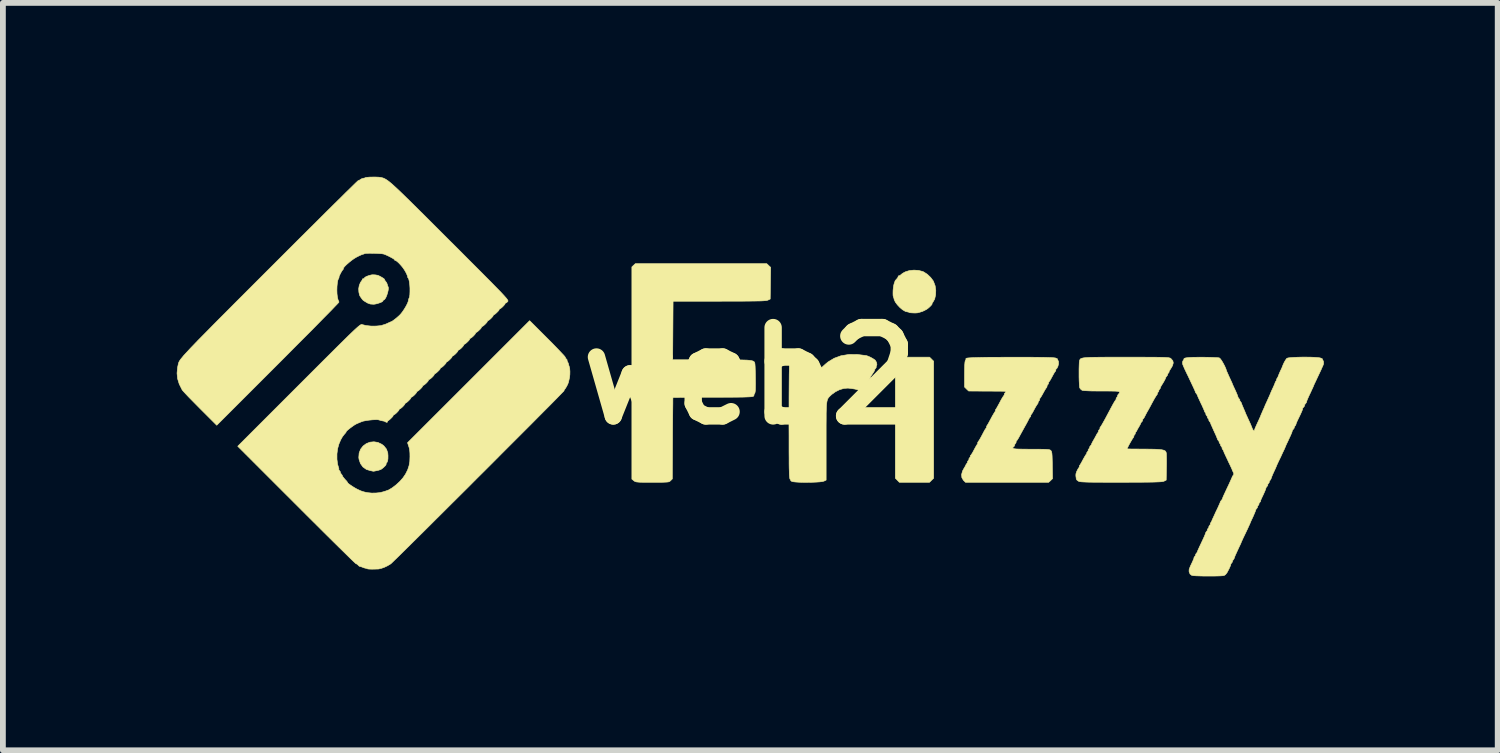
<source format=kicad_pcb>
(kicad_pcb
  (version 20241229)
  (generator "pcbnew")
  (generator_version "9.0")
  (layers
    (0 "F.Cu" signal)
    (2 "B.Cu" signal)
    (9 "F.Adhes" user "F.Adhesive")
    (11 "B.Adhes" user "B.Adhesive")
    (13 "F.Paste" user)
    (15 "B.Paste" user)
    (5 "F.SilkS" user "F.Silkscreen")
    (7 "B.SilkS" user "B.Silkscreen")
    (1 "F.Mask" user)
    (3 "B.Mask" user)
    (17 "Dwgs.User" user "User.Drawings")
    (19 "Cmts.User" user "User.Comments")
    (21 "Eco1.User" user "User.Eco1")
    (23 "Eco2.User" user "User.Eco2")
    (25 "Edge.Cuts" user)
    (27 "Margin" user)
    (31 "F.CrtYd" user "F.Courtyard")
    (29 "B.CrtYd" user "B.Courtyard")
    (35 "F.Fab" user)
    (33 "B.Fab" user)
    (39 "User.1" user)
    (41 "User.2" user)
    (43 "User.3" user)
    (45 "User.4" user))
  (footprint "web2"
    (layer "F.Cu")
    (at 9.891 3.437)
    (property "Reference" "web2" (at 0 0 0) (layer "F.SilkS") (effects (font (size 1.524 1.524) (thickness 0.3))))
    (attr through_hole)
    (fp_poly (pts (xy 3.134 -0.289) (xy 3.169 -0.254) (xy 3.169 1.765) (xy 3.133 1.8) (xy 3.098 1.835) (xy 2.838 1.835) (xy 2.577 1.835) (xy 2.543 1.8) (xy 2.508 1.764) (xy 2.508 -0.254) (xy 2.543 -0.289) (xy 2.578 -0.324) (xy 3.099 -0.324) (xy 3.134 -0.289)) (stroke (width 0.01) (type solid)) (fill yes) (layer "F.SilkS"))
    (fp_poly (pts (xy -6.42 1.147) (xy -6.353 1.179) (xy -6.317 1.207) (xy -6.273 1.262) (xy -6.25 1.326) (xy -6.246 1.377) (xy -6.247 1.43) (xy -6.252 1.465) (xy -6.262 1.489) (xy -6.273 1.504) (xy -6.282 1.52) (xy -6.279 1.524) (xy -6.279 1.531) (xy -6.293 1.549) (xy -6.315 1.571) (xy -6.34 1.593) (xy -6.362 1.609) (xy -6.369 1.613) (xy -6.391 1.621) (xy -6.408 1.627) (xy -6.431 1.632) (xy -6.454 1.637) (xy -6.485 1.643) (xy -6.504 1.645) (xy -6.505 1.644) (xy -6.519 1.64) (xy -6.547 1.635) (xy -6.619 1.613) (xy -6.678 1.571) (xy -6.721 1.512) (xy -6.746 1.438) (xy -6.75 1.406) (xy -6.744 1.329) (xy -6.718 1.263) (xy -6.676 1.209) (xy -6.621 1.168) (xy -6.558 1.143) (xy -6.489 1.136) (xy -6.42 1.147)) (stroke (width 0.01) (type solid)) (fill yes) (layer "F.SilkS"))
    (fp_poly (pts (xy -6.466 -1.744) (xy -6.425 -1.737) (xy -6.42 -1.736) (xy -6.394 -1.724) (xy -6.364 -1.708) (xy -6.334 -1.69) (xy -6.312 -1.674) (xy -6.304 -1.665) (xy -6.306 -1.664) (xy -6.306 -1.656) (xy -6.291 -1.637) (xy -6.289 -1.635) (xy -6.268 -1.605) (xy -6.258 -1.578) (xy -6.251 -1.553) (xy -6.246 -1.543) (xy -6.239 -1.521) (xy -6.242 -1.483) (xy -6.252 -1.438) (xy -6.267 -1.391) (xy -6.285 -1.349) (xy -6.305 -1.32) (xy -6.323 -1.308) (xy -6.335 -1.304) (xy -6.333 -1.299) (xy -6.336 -1.289) (xy -6.357 -1.275) (xy -6.392 -1.261) (xy -6.432 -1.248) (xy -6.473 -1.239) (xy -6.496 -1.237) (xy -6.552 -1.241) (xy -6.601 -1.259) (xy -6.61 -1.265) (xy -6.644 -1.285) (xy -6.668 -1.301) (xy -6.674 -1.305) (xy -6.688 -1.32) (xy -6.708 -1.347) (xy -6.727 -1.375) (xy -6.737 -1.395) (xy -6.738 -1.397) (xy -6.741 -1.412) (xy -6.748 -1.443) (xy -6.749 -1.451) (xy -6.752 -1.505) (xy -6.742 -1.562) (xy -6.721 -1.613) (xy -6.705 -1.636) (xy -6.69 -1.657) (xy -6.689 -1.669) (xy -6.686 -1.675) (xy -6.676 -1.676) (xy -6.658 -1.682) (xy -6.655 -1.688) (xy -6.644 -1.702) (xy -6.615 -1.718) (xy -6.576 -1.732) (xy -6.535 -1.743) (xy -6.51 -1.746) (xy -6.466 -1.744)) (stroke (width 0.01) (type solid)) (fill yes) (layer "F.SilkS"))
    (fp_poly (pts (xy 2.909 -1.821) (xy 2.981 -1.802) (xy 2.997 -1.795) (xy 3.059 -1.755) (xy 3.117 -1.7) (xy 3.162 -1.64) (xy 3.168 -1.627) (xy 3.195 -1.555) (xy 3.206 -1.477) (xy 3.203 -1.399) (xy 3.187 -1.328) (xy 3.156 -1.272) (xy 3.152 -1.267) (xy 3.141 -1.25) (xy 3.142 -1.245) (xy 3.141 -1.237) (xy 3.127 -1.219) (xy 3.104 -1.195) (xy 3.077 -1.171) (xy 3.053 -1.153) (xy 3.047 -1.149) (xy 2.982 -1.116) (xy 2.929 -1.099) (xy 2.929 -1.099) (xy 2.907 -1.094) (xy 2.902 -1.092) (xy 2.891 -1.089) (xy 2.862 -1.087) (xy 2.826 -1.087) (xy 2.789 -1.089) (xy 2.76 -1.091) (xy 2.748 -1.095) (xy 2.732 -1.103) (xy 2.717 -1.105) (xy 2.679 -1.115) (xy 2.633 -1.142) (xy 2.586 -1.182) (xy 2.543 -1.228) (xy 2.508 -1.275) (xy 2.488 -1.319) (xy 2.486 -1.33) (xy 2.478 -1.357) (xy 2.474 -1.366) (xy 2.469 -1.388) (xy 2.468 -1.427) (xy 2.469 -1.476) (xy 2.474 -1.525) (xy 2.481 -1.568) (xy 2.488 -1.594) (xy 2.498 -1.621) (xy 2.502 -1.636) (xy 2.502 -1.636) (xy 2.508 -1.647) (xy 2.527 -1.669) (xy 2.533 -1.675) (xy 2.552 -1.7) (xy 2.558 -1.716) (xy 2.557 -1.719) (xy 2.559 -1.726) (xy 2.568 -1.727) (xy 2.592 -1.736) (xy 2.604 -1.747) (xy 2.625 -1.764) (xy 2.66 -1.786) (xy 2.683 -1.797) (xy 2.75 -1.818) (xy 2.828 -1.826) (xy 2.909 -1.821)) (stroke (width 0.01) (type solid)) (fill yes) (layer "F.SilkS"))
    (fp_poly (pts (xy 0.323 -1.905) (xy 0.357 -1.874) (xy 0.349 -1.327) (xy 0.311 -1.309) (xy 0.3 -1.305) (xy 0.283 -1.301) (xy 0.258 -1.299) (xy 0.223 -1.296) (xy 0.176 -1.294) (xy 0.116 -1.293) (xy 0.041 -1.292) (xy -0.052 -1.291) (xy -0.164 -1.29) (xy -0.296 -1.29) (xy -0.452 -1.29) (xy -0.527 -1.289) (xy -1.327 -1.289) (xy -1.334 -0.279) (xy -0.663 -0.279) (xy -0.509 -0.279) (xy -0.378 -0.279) (xy -0.269 -0.278) (xy -0.179 -0.277) (xy -0.106 -0.275) (xy -0.049 -0.273) (xy -0.005 -0.269) (xy 0.027 -0.264) (xy 0.049 -0.258) (xy 0.064 -0.251) (xy 0.074 -0.242) (xy 0.08 -0.231) (xy 0.083 -0.222) (xy 0.086 -0.202) (xy 0.089 -0.161) (xy 0.091 -0.103) (xy 0.093 -0.033) (xy 0.094 0.044) (xy 0.094 0.044) (xy 0.095 0.132) (xy 0.094 0.198) (xy 0.093 0.245) (xy 0.089 0.277) (xy 0.084 0.297) (xy 0.078 0.308) (xy 0.067 0.325) (xy 0.068 0.33) (xy 0.069 0.338) (xy 0.061 0.348) (xy 0.054 0.353) (xy 0.04 0.356) (xy 0.017 0.359) (xy -0.016 0.361) (xy -0.063 0.363) (xy -0.124 0.365) (xy -0.202 0.366) (xy -0.298 0.367) (xy -0.415 0.367) (xy -0.554 0.368) (xy -0.64 0.368) (xy -0.77 0.368) (xy -0.891 0.368) (xy -1.003 0.369) (xy -1.102 0.369) (xy -1.186 0.37) (xy -1.252 0.371) (xy -1.3 0.371) (xy -1.325 0.372) (xy -1.329 0.372) (xy -1.33 0.385) (xy -1.331 0.421) (xy -1.331 0.478) (xy -1.332 0.554) (xy -1.333 0.645) (xy -1.334 0.751) (xy -1.335 0.868) (xy -1.336 0.994) (xy -1.336 1.077) (xy -1.34 1.777) (xy -1.369 1.806) (xy -1.379 1.815) (xy -1.39 1.823) (xy -1.407 1.828) (xy -1.431 1.831) (xy -1.467 1.833) (xy -1.518 1.835) (xy -1.587 1.835) (xy -1.679 1.835) (xy -1.683 1.835) (xy -1.776 1.835) (xy -1.847 1.835) (xy -1.899 1.834) (xy -1.936 1.831) (xy -1.962 1.828) (xy -1.98 1.823) (xy -1.993 1.816) (xy -2.004 1.808) (xy -2.038 1.78) (xy -2.038 -0.05) (xy -2.038 -1.881) (xy -2.009 -1.909) (xy -1.979 -1.937) (xy 0.29 -1.937) (xy 0.323 -1.905)) (stroke (width 0.01) (type solid)) (fill yes) (layer "F.SilkS"))
    (fp_poly (pts (xy 2.009 -0.351) (xy 2.011 -0.35) (xy 2.041 -0.34) (xy 2.082 -0.321) (xy 2.123 -0.298) (xy 2.154 -0.277) (xy 2.162 -0.27) (xy 2.182 -0.236) (xy 2.19 -0.199) (xy 2.182 -0.17) (xy 2.181 -0.168) (xy 2.175 -0.155) (xy 2.178 -0.152) (xy 2.178 -0.145) (xy 2.165 -0.127) (xy 2.151 -0.109) (xy 2.151 -0.102) (xy 2.149 -0.092) (xy 2.135 -0.068) (xy 2.115 -0.038) (xy 2.093 -0.005) (xy 2.079 0.018) (xy 2.078 0.025) (xy 2.078 0.033) (xy 2.069 0.046) (xy 2.043 0.082) (xy 2.015 0.134) (xy 1.998 0.168) (xy 1.98 0.198) (xy 1.963 0.215) (xy 1.958 0.216) (xy 1.948 0.223) (xy 1.949 0.229) (xy 1.947 0.24) (xy 1.937 0.243) (xy 1.909 0.246) (xy 1.902 0.247) (xy 1.878 0.245) (xy 1.855 0.238) (xy 1.814 0.227) (xy 1.759 0.218) (xy 1.701 0.211) (xy 1.689 0.21) (xy 1.621 0.215) (xy 1.546 0.237) (xy 1.474 0.273) (xy 1.412 0.318) (xy 1.407 0.322) (xy 1.387 0.341) (xy 1.371 0.356) (xy 1.357 0.372) (xy 1.345 0.389) (xy 1.336 0.41) (xy 1.329 0.437) (xy 1.323 0.472) (xy 1.319 0.517) (xy 1.317 0.575) (xy 1.315 0.648) (xy 1.315 0.738) (xy 1.314 0.847) (xy 1.314 0.977) (xy 1.314 1.117) (xy 1.314 1.797) (xy 1.276 1.815) (xy 1.249 1.822) (xy 1.202 1.828) (xy 1.14 1.832) (xy 1.068 1.835) (xy 0.991 1.836) (xy 0.916 1.836) (xy 0.846 1.834) (xy 0.786 1.83) (xy 0.743 1.825) (xy 0.723 1.82) (xy 0.704 1.808) (xy 0.703 1.804) (xy 0.703 1.796) (xy 0.693 1.784) (xy 0.69 1.778) (xy 0.686 1.767) (xy 0.684 1.75) (xy 0.681 1.725) (xy 0.679 1.691) (xy 0.678 1.645) (xy 0.676 1.586) (xy 0.675 1.512) (xy 0.675 1.422) (xy 0.674 1.314) (xy 0.674 1.187) (xy 0.674 1.038) (xy 0.673 0.866) (xy 0.673 0.761) (xy 0.674 0.557) (xy 0.674 0.376) (xy 0.675 0.22) (xy 0.676 0.086) (xy 0.677 -0.025) (xy 0.679 -0.114) (xy 0.68 -0.183) (xy 0.683 -0.232) (xy 0.685 -0.262) (xy 0.688 -0.272) (xy 0.699 -0.291) (xy 0.717 -0.305) (xy 0.745 -0.314) (xy 0.787 -0.319) (xy 0.848 -0.322) (xy 0.887 -0.322) (xy 0.947 -0.323) (xy 0.987 -0.322) (xy 1.013 -0.318) (xy 1.03 -0.31) (xy 1.045 -0.297) (xy 1.05 -0.292) (xy 1.07 -0.268) (xy 1.079 -0.252) (xy 1.079 -0.251) (xy 1.084 -0.234) (xy 1.097 -0.206) (xy 1.099 -0.203) (xy 1.11 -0.178) (xy 1.113 -0.165) (xy 1.112 -0.165) (xy 1.113 -0.155) (xy 1.124 -0.132) (xy 1.124 -0.131) (xy 1.135 -0.104) (xy 1.136 -0.088) (xy 1.14 -0.074) (xy 1.148 -0.065) (xy 1.166 -0.058) (xy 1.181 -0.07) (xy 1.19 -0.085) (xy 1.188 -0.089) (xy 1.191 -0.097) (xy 1.21 -0.117) (xy 1.238 -0.145) (xy 1.272 -0.177) (xy 1.308 -0.209) (xy 1.341 -0.236) (xy 1.348 -0.242) (xy 1.452 -0.305) (xy 1.569 -0.348) (xy 1.701 -0.37) (xy 1.848 -0.371) (xy 2.009 -0.351)) (stroke (width 0.01) (type solid)) (fill yes) (layer "F.SilkS"))
    (fp_poly (pts (xy 4.832 -0.323) (xy 4.954 -0.322) (xy 5.054 -0.321) (xy 5.134 -0.319) (xy 5.195 -0.317) (xy 5.239 -0.314) (xy 5.265 -0.311) (xy 5.274 -0.309) (xy 5.298 -0.299) (xy 5.306 -0.293) (xy 5.305 -0.293) (xy 5.303 -0.285) (xy 5.312 -0.274) (xy 5.324 -0.247) (xy 5.324 -0.208) (xy 5.314 -0.167) (xy 5.297 -0.133) (xy 5.284 -0.121) (xy 5.275 -0.106) (xy 5.277 -0.102) (xy 5.275 -0.086) (xy 5.272 -0.083) (xy 5.259 -0.069) (xy 5.242 -0.04) (xy 5.234 -0.026) (xy 5.205 0.028) (xy 5.184 0.066) (xy 5.167 0.092) (xy 5.157 0.105) (xy 5.147 0.122) (xy 5.15 0.127) (xy 5.15 0.135) (xy 5.137 0.152) (xy 5.124 0.171) (xy 5.124 0.178) (xy 5.126 0.186) (xy 5.117 0.2) (xy 5.103 0.219) (xy 5.086 0.247) (xy 5.062 0.29) (xy 5.036 0.337) (xy 5.017 0.368) (xy 5.005 0.384) (xy 4.995 0.401) (xy 4.997 0.406) (xy 4.998 0.414) (xy 4.985 0.432) (xy 4.971 0.45) (xy 4.972 0.457) (xy 4.973 0.465) (xy 4.964 0.479) (xy 4.949 0.501) (xy 4.93 0.531) (xy 4.906 0.575) (xy 4.887 0.611) (xy 4.869 0.643) (xy 4.854 0.664) (xy 4.85 0.668) (xy 4.844 0.682) (xy 4.845 0.686) (xy 4.843 0.701) (xy 4.838 0.705) (xy 4.822 0.723) (xy 4.813 0.741) (xy 4.801 0.765) (xy 4.781 0.803) (xy 4.756 0.849) (xy 4.751 0.857) (xy 4.72 0.913) (xy 4.687 0.973) (xy 4.66 1.022) (xy 4.637 1.065) (xy 4.615 1.101) (xy 4.6 1.121) (xy 4.589 1.138) (xy 4.591 1.143) (xy 4.592 1.151) (xy 4.58 1.166) (xy 4.567 1.186) (xy 4.566 1.196) (xy 4.563 1.208) (xy 4.553 1.219) (xy 4.539 1.232) (xy 4.534 1.242) (xy 4.54 1.25) (xy 4.559 1.256) (xy 4.594 1.26) (xy 4.646 1.262) (xy 4.719 1.263) (xy 4.814 1.264) (xy 4.851 1.264) (xy 4.95 1.264) (xy 5.027 1.265) (xy 5.084 1.266) (xy 5.125 1.268) (xy 5.154 1.271) (xy 5.173 1.275) (xy 5.185 1.281) (xy 5.191 1.286) (xy 5.199 1.297) (xy 5.205 1.314) (xy 5.21 1.34) (xy 5.213 1.38) (xy 5.215 1.436) (xy 5.217 1.513) (xy 5.217 1.541) (xy 5.221 1.772) (xy 5.188 1.804) (xy 5.154 1.835) (xy 4.436 1.835) (xy 3.718 1.835) (xy 3.683 1.8) (xy 3.656 1.755) (xy 3.651 1.701) (xy 3.668 1.64) (xy 3.69 1.599) (xy 3.71 1.566) (xy 3.722 1.543) (xy 3.724 1.537) (xy 3.731 1.524) (xy 3.743 1.508) (xy 3.755 1.491) (xy 3.753 1.486) (xy 3.753 1.478) (xy 3.766 1.46) (xy 3.779 1.442) (xy 3.778 1.435) (xy 3.778 1.427) (xy 3.791 1.41) (xy 3.804 1.391) (xy 3.802 1.384) (xy 3.8 1.379) (xy 3.805 1.375) (xy 3.818 1.359) (xy 3.838 1.328) (xy 3.861 1.286) (xy 3.864 1.279) (xy 3.888 1.235) (xy 3.909 1.198) (xy 3.924 1.176) (xy 3.925 1.174) (xy 3.933 1.159) (xy 3.93 1.156) (xy 3.929 1.148) (xy 3.939 1.133) (xy 3.955 1.11) (xy 3.976 1.074) (xy 3.994 1.041) (xy 4.022 0.988) (xy 4.041 0.952) (xy 4.054 0.929) (xy 4.064 0.914) (xy 4.073 0.901) (xy 4.075 0.899) (xy 4.086 0.881) (xy 4.083 0.876) (xy 4.082 0.869) (xy 4.089 0.858) (xy 4.102 0.838) (xy 4.122 0.803) (xy 4.146 0.758) (xy 4.156 0.74) (xy 4.181 0.693) (xy 4.205 0.652) (xy 4.222 0.624) (xy 4.226 0.619) (xy 4.238 0.602) (xy 4.236 0.597) (xy 4.234 0.589) (xy 4.241 0.578) (xy 4.254 0.559) (xy 4.274 0.523) (xy 4.299 0.478) (xy 4.308 0.461) (xy 4.333 0.413) (xy 4.357 0.372) (xy 4.375 0.345) (xy 4.379 0.34) (xy 4.39 0.323) (xy 4.388 0.318) (xy 4.388 0.31) (xy 4.401 0.292) (xy 4.416 0.273) (xy 4.418 0.265) (xy 4.405 0.265) (xy 4.369 0.264) (xy 4.315 0.263) (xy 4.246 0.263) (xy 4.166 0.262) (xy 4.093 0.262) (xy 3.773 0.26) (xy 3.737 0.226) (xy 3.702 0.191) (xy 3.702 -0.029) (xy 3.703 -0.121) (xy 3.705 -0.189) (xy 3.709 -0.236) (xy 3.714 -0.262) (xy 3.718 -0.269) (xy 3.728 -0.288) (xy 3.726 -0.295) (xy 3.726 -0.301) (xy 3.736 -0.306) (xy 3.76 -0.31) (xy 3.797 -0.313) (xy 3.851 -0.316) (xy 3.921 -0.318) (xy 4.01 -0.32) (xy 4.12 -0.322) (xy 4.25 -0.322) (xy 4.404 -0.323) (xy 4.518 -0.323) (xy 4.687 -0.323) (xy 4.832 -0.323)) (stroke (width 0.01) (type solid)) (fill yes) (layer "F.SilkS"))
    (fp_poly (pts (xy 6.438 -0.324) (xy 6.498 -0.324) (xy 6.654 -0.324) (xy 6.786 -0.324) (xy 6.896 -0.323) (xy 6.988 -0.323) (xy 7.062 -0.322) (xy 7.12 -0.321) (xy 7.165 -0.319) (xy 7.199 -0.317) (xy 7.223 -0.315) (xy 7.24 -0.311) (xy 7.251 -0.308) (xy 7.259 -0.303) (xy 7.265 -0.298) (xy 7.296 -0.262) (xy 7.304 -0.225) (xy 7.291 -0.18) (xy 7.287 -0.171) (xy 7.266 -0.135) (xy 7.247 -0.105) (xy 7.242 -0.098) (xy 7.231 -0.082) (xy 7.233 -0.076) (xy 7.233 -0.068) (xy 7.22 -0.051) (xy 7.207 -0.033) (xy 7.207 -0.025) (xy 7.207 -0.018) (xy 7.193 0.001) (xy 7.177 0.022) (xy 7.172 0.033) (xy 7.168 0.047) (xy 7.153 0.076) (xy 7.131 0.115) (xy 7.104 0.158) (xy 7.103 0.16) (xy 7.087 0.187) (xy 7.082 0.202) (xy 7.083 0.203) (xy 7.081 0.211) (xy 7.068 0.229) (xy 7.054 0.247) (xy 7.055 0.254) (xy 7.055 0.262) (xy 7.042 0.279) (xy 7.029 0.298) (xy 7.029 0.305) (xy 7.03 0.313) (xy 7.02 0.327) (xy 7.004 0.35) (xy 6.982 0.386) (xy 6.96 0.425) (xy 6.932 0.477) (xy 6.9 0.537) (xy 6.87 0.591) (xy 6.844 0.636) (xy 6.823 0.677) (xy 6.809 0.704) (xy 6.808 0.707) (xy 6.793 0.732) (xy 6.782 0.743) (xy 6.774 0.757) (xy 6.775 0.761) (xy 6.772 0.777) (xy 6.763 0.788) (xy 6.747 0.806) (xy 6.744 0.815) (xy 6.737 0.831) (xy 6.721 0.861) (xy 6.71 0.88) (xy 6.691 0.912) (xy 6.679 0.934) (xy 6.677 0.94) (xy 6.671 0.953) (xy 6.658 0.968) (xy 6.647 0.985) (xy 6.648 0.991) (xy 6.649 0.998) (xy 6.636 1.016) (xy 6.622 1.034) (xy 6.623 1.041) (xy 6.624 1.049) (xy 6.614 1.064) (xy 6.601 1.082) (xy 6.582 1.114) (xy 6.56 1.152) (xy 6.538 1.192) (xy 6.52 1.228) (xy 6.508 1.252) (xy 6.506 1.259) (xy 6.519 1.259) (xy 6.554 1.26) (xy 6.607 1.261) (xy 6.675 1.261) (xy 6.754 1.262) (xy 6.809 1.262) (xy 6.915 1.263) (xy 6.998 1.265) (xy 7.061 1.269) (xy 7.108 1.274) (xy 7.141 1.282) (xy 7.162 1.292) (xy 7.175 1.306) (xy 7.182 1.324) (xy 7.183 1.327) (xy 7.185 1.348) (xy 7.186 1.39) (xy 7.187 1.447) (xy 7.187 1.516) (xy 7.186 1.575) (xy 7.182 1.797) (xy 7.144 1.816) (xy 7.132 1.82) (xy 7.114 1.823) (xy 7.088 1.826) (xy 7.051 1.828) (xy 7.002 1.83) (xy 6.939 1.832) (xy 6.859 1.833) (xy 6.761 1.834) (xy 6.643 1.834) (xy 6.503 1.835) (xy 6.402 1.835) (xy 6.249 1.835) (xy 6.12 1.835) (xy 6.011 1.834) (xy 5.922 1.834) (xy 5.85 1.833) (xy 5.794 1.831) (xy 5.751 1.829) (xy 5.718 1.827) (xy 5.695 1.824) (xy 5.679 1.821) (xy 5.668 1.816) (xy 5.665 1.814) (xy 5.64 1.795) (xy 5.63 1.776) (xy 5.63 1.776) (xy 5.627 1.751) (xy 5.623 1.726) (xy 5.624 1.69) (xy 5.639 1.645) (xy 5.662 1.601) (xy 5.675 1.583) (xy 5.685 1.567) (xy 5.683 1.562) (xy 5.682 1.554) (xy 5.689 1.544) (xy 5.702 1.524) (xy 5.723 1.488) (xy 5.746 1.445) (xy 5.749 1.439) (xy 5.773 1.396) (xy 5.793 1.363) (xy 5.807 1.344) (xy 5.809 1.343) (xy 5.815 1.335) (xy 5.811 1.334) (xy 5.81 1.326) (xy 5.823 1.308) (xy 5.836 1.29) (xy 5.836 1.283) (xy 5.835 1.275) (xy 5.848 1.257) (xy 5.862 1.239) (xy 5.861 1.232) (xy 5.861 1.224) (xy 5.875 1.205) (xy 5.891 1.186) (xy 5.894 1.177) (xy 5.897 1.166) (xy 5.91 1.141) (xy 5.919 1.124) (xy 5.943 1.083) (xy 5.964 1.044) (xy 5.969 1.035) (xy 5.987 1.001) (xy 6.005 0.975) (xy 6.016 0.958) (xy 6.013 0.953) (xy 6.013 0.945) (xy 6.026 0.927) (xy 6.04 0.909) (xy 6.039 0.902) (xy 6.038 0.894) (xy 6.047 0.881) (xy 6.063 0.858) (xy 6.09 0.811) (xy 6.128 0.743) (xy 6.177 0.651) (xy 6.236 0.54) (xy 6.262 0.492) (xy 6.286 0.45) (xy 6.304 0.422) (xy 6.309 0.416) (xy 6.32 0.399) (xy 6.318 0.394) (xy 6.318 0.386) (xy 6.331 0.368) (xy 6.344 0.35) (xy 6.344 0.343) (xy 6.343 0.335) (xy 6.352 0.321) (xy 6.368 0.302) (xy 6.377 0.288) (xy 6.377 0.278) (xy 6.367 0.27) (xy 6.343 0.265) (xy 6.303 0.262) (xy 6.244 0.261) (xy 6.165 0.26) (xy 6.072 0.26) (xy 5.973 0.26) (xy 5.887 0.259) (xy 5.817 0.256) (xy 5.766 0.253) (xy 5.736 0.249) (xy 5.731 0.248) (xy 5.704 0.226) (xy 5.69 0.206) (xy 5.686 0.184) (xy 5.683 0.142) (xy 5.68 0.085) (xy 5.678 0.019) (xy 5.678 -0.051) (xy 5.678 -0.12) (xy 5.68 -0.182) (xy 5.682 -0.231) (xy 5.686 -0.263) (xy 5.688 -0.27) (xy 5.693 -0.281) (xy 5.699 -0.291) (xy 5.71 -0.299) (xy 5.726 -0.305) (xy 5.75 -0.311) (xy 5.783 -0.315) (xy 5.827 -0.318) (xy 5.885 -0.321) (xy 5.957 -0.322) (xy 6.047 -0.323) (xy 6.156 -0.324) (xy 6.286 -0.324) (xy 6.438 -0.324)) (stroke (width 0.01) (type solid)) (fill yes) (layer "F.SilkS"))
    (fp_poly (pts (xy 9.677 -0.324) (xy 9.744 -0.321) (xy 9.798 -0.317) (xy 9.836 -0.312) (xy 9.845 -0.309) (xy 9.87 -0.299) (xy 9.878 -0.293) (xy 9.877 -0.293) (xy 9.876 -0.285) (xy 9.885 -0.273) (xy 9.897 -0.246) (xy 9.897 -0.208) (xy 9.884 -0.173) (xy 9.883 -0.172) (xy 9.875 -0.155) (xy 9.874 -0.152) (xy 9.868 -0.138) (xy 9.852 -0.102) (xy 9.827 -0.049) (xy 9.794 0.021) (xy 9.756 0.102) (xy 9.738 0.139) (xy 9.726 0.167) (xy 9.722 0.178) (xy 9.716 0.192) (xy 9.702 0.222) (xy 9.683 0.263) (xy 9.679 0.273) (xy 9.644 0.346) (xy 9.621 0.398) (xy 9.608 0.431) (xy 9.604 0.447) (xy 9.604 0.449) (xy 9.599 0.461) (xy 9.583 0.481) (xy 9.569 0.5) (xy 9.569 0.508) (xy 9.57 0.516) (xy 9.556 0.535) (xy 9.539 0.554) (xy 9.535 0.563) (xy 9.535 0.576) (xy 9.522 0.609) (xy 9.498 0.663) (xy 9.464 0.733) (xy 9.442 0.779) (xy 9.427 0.815) (xy 9.42 0.835) (xy 9.42 0.838) (xy 9.418 0.846) (xy 9.404 0.864) (xy 9.391 0.882) (xy 9.392 0.889) (xy 9.392 0.897) (xy 9.378 0.916) (xy 9.361 0.937) (xy 9.357 0.948) (xy 9.355 0.959) (xy 9.345 0.987) (xy 9.325 1.033) (xy 9.294 1.099) (xy 9.283 1.124) (xy 9.262 1.167) (xy 9.247 1.2) (xy 9.24 1.218) (xy 9.239 1.219) (xy 9.233 1.235) (xy 9.217 1.271) (xy 9.191 1.325) (xy 9.159 1.395) (xy 9.133 1.448) (xy 9.112 1.492) (xy 9.096 1.527) (xy 9.087 1.547) (xy 9.087 1.549) (xy 9.081 1.563) (xy 9.068 1.594) (xy 9.05 1.632) (xy 9.022 1.693) (xy 9.004 1.736) (xy 8.994 1.764) (xy 8.992 1.772) (xy 8.982 1.79) (xy 8.97 1.807) (xy 8.958 1.823) (xy 8.96 1.829) (xy 8.96 1.837) (xy 8.947 1.854) (xy 8.934 1.872) (xy 8.934 1.88) (xy 8.935 1.887) (xy 8.925 1.902) (xy 8.909 1.921) (xy 8.904 1.93) (xy 8.899 1.951) (xy 8.883 1.991) (xy 8.858 2.047) (xy 8.842 2.08) (xy 8.824 2.119) (xy 8.812 2.147) (xy 8.81 2.159) (xy 8.811 2.159) (xy 8.809 2.167) (xy 8.795 2.184) (xy 8.781 2.203) (xy 8.782 2.21) (xy 8.782 2.218) (xy 8.769 2.235) (xy 8.756 2.253) (xy 8.757 2.261) (xy 8.757 2.268) (xy 8.747 2.283) (xy 8.731 2.302) (xy 8.727 2.311) (xy 8.721 2.332) (xy 8.705 2.371) (xy 8.681 2.427) (xy 8.667 2.457) (xy 8.648 2.497) (xy 8.635 2.527) (xy 8.63 2.54) (xy 8.624 2.555) (xy 8.608 2.589) (xy 8.585 2.64) (xy 8.554 2.705) (xy 8.518 2.78) (xy 8.511 2.794) (xy 8.494 2.832) (xy 8.481 2.86) (xy 8.477 2.87) (xy 8.472 2.884) (xy 8.458 2.914) (xy 8.438 2.956) (xy 8.434 2.965) (xy 8.397 3.045) (xy 8.371 3.102) (xy 8.358 3.137) (xy 8.356 3.146) (xy 8.347 3.162) (xy 8.335 3.178) (xy 8.323 3.195) (xy 8.325 3.2) (xy 8.325 3.208) (xy 8.312 3.226) (xy 8.298 3.244) (xy 8.296 3.251) (xy 8.295 3.262) (xy 8.284 3.289) (xy 8.266 3.329) (xy 8.26 3.34) (xy 8.231 3.395) (xy 8.205 3.428) (xy 8.183 3.442) (xy 8.159 3.447) (xy 8.115 3.45) (xy 8.055 3.452) (xy 7.985 3.453) (xy 7.91 3.453) (xy 7.834 3.453) (xy 7.762 3.451) (xy 7.7 3.449) (xy 7.653 3.446) (xy 7.625 3.441) (xy 7.623 3.441) (xy 7.593 3.417) (xy 7.577 3.378) (xy 7.577 3.343) (xy 7.585 3.318) (xy 7.601 3.278) (xy 7.623 3.232) (xy 7.626 3.226) (xy 7.645 3.184) (xy 7.658 3.153) (xy 7.662 3.138) (xy 7.661 3.137) (xy 7.663 3.129) (xy 7.677 3.111) (xy 7.691 3.093) (xy 7.69 3.086) (xy 7.689 3.078) (xy 7.7 3.064) (xy 7.715 3.044) (xy 7.719 3.035) (xy 7.723 3.022) (xy 7.737 2.991) (xy 7.757 2.946) (xy 7.778 2.902) (xy 7.815 2.823) (xy 7.842 2.764) (xy 7.857 2.726) (xy 7.863 2.706) (xy 7.863 2.705) (xy 7.871 2.692) (xy 7.883 2.677) (xy 7.895 2.66) (xy 7.893 2.654) (xy 7.893 2.646) (xy 7.906 2.629) (xy 7.919 2.611) (xy 7.918 2.603) (xy 7.918 2.596) (xy 7.931 2.578) (xy 7.945 2.56) (xy 7.944 2.553) (xy 7.943 2.545) (xy 7.951 2.532) (xy 7.966 2.509) (xy 7.97 2.497) (xy 7.976 2.481) (xy 7.992 2.447) (xy 8.014 2.399) (xy 8.04 2.342) (xy 8.046 2.33) (xy 8.073 2.274) (xy 8.094 2.227) (xy 8.109 2.193) (xy 8.115 2.177) (xy 8.114 2.176) (xy 8.118 2.167) (xy 8.13 2.151) (xy 8.146 2.131) (xy 8.151 2.121) (xy 8.155 2.107) (xy 8.169 2.073) (xy 8.194 2.019) (xy 8.229 1.944) (xy 8.267 1.864) (xy 8.289 1.815) (xy 8.307 1.775) (xy 8.318 1.75) (xy 8.32 1.743) (xy 8.328 1.727) (xy 8.338 1.714) (xy 8.349 1.695) (xy 8.344 1.671) (xy 8.34 1.663) (xy 8.327 1.637) (xy 8.321 1.622) (xy 8.316 1.608) (xy 8.301 1.575) (xy 8.279 1.528) (xy 8.252 1.473) (xy 8.248 1.463) (xy 8.221 1.406) (xy 8.198 1.357) (xy 8.181 1.32) (xy 8.174 1.301) (xy 8.174 1.3) (xy 8.164 1.279) (xy 8.154 1.265) (xy 8.145 1.249) (xy 8.147 1.245) (xy 8.147 1.237) (xy 8.134 1.219) (xy 8.121 1.201) (xy 8.122 1.194) (xy 8.122 1.186) (xy 8.109 1.168) (xy 8.096 1.15) (xy 8.096 1.143) (xy 8.097 1.135) (xy 8.086 1.121) (xy 8.07 1.1) (xy 8.066 1.089) (xy 8.06 1.073) (xy 8.048 1.042) (xy 8.035 1.013) (xy 8.002 0.941) (xy 7.979 0.889) (xy 7.963 0.853) (xy 7.953 0.831) (xy 7.949 0.819) (xy 7.947 0.813) (xy 7.948 0.813) (xy 7.941 0.8) (xy 7.928 0.784) (xy 7.917 0.767) (xy 7.918 0.762) (xy 7.919 0.754) (xy 7.906 0.737) (xy 7.892 0.718) (xy 7.893 0.711) (xy 7.893 0.703) (xy 7.88 0.686) (xy 7.867 0.668) (xy 7.867 0.66) (xy 7.868 0.653) (xy 7.86 0.64) (xy 7.845 0.617) (xy 7.841 0.605) (xy 7.835 0.588) (xy 7.82 0.554) (xy 7.799 0.507) (xy 7.778 0.464) (xy 7.754 0.412) (xy 7.734 0.369) (xy 7.722 0.34) (xy 7.719 0.33) (xy 7.712 0.317) (xy 7.703 0.305) (xy 7.688 0.285) (xy 7.685 0.276) (xy 7.68 0.26) (xy 7.664 0.224) (xy 7.638 0.168) (xy 7.601 0.09) (xy 7.554 -0.01) (xy 7.549 -0.019) (xy 7.524 -0.071) (xy 7.504 -0.113) (xy 7.491 -0.142) (xy 7.487 -0.152) (xy 7.48 -0.168) (xy 7.478 -0.172) (xy 7.465 -0.205) (xy 7.463 -0.24) (xy 7.473 -0.265) (xy 7.475 -0.267) (xy 7.487 -0.284) (xy 7.487 -0.292) (xy 7.492 -0.303) (xy 7.521 -0.312) (xy 7.575 -0.318) (xy 7.654 -0.322) (xy 7.759 -0.323) (xy 7.817 -0.323) (xy 7.896 -0.322) (xy 7.968 -0.32) (xy 8.029 -0.317) (xy 8.073 -0.315) (xy 8.096 -0.312) (xy 8.098 -0.312) (xy 8.116 -0.296) (xy 8.139 -0.264) (xy 8.165 -0.22) (xy 8.191 -0.171) (xy 8.212 -0.123) (xy 8.223 -0.089) (xy 8.229 -0.074) (xy 8.243 -0.043) (xy 8.262 0.00009) (xy 8.284 0.048) (xy 8.303 0.089) (xy 8.317 0.119) (xy 8.324 0.138) (xy 8.325 0.14) (xy 8.331 0.154) (xy 8.344 0.184) (xy 8.362 0.222) (xy 8.39 0.283) (xy 8.408 0.326) (xy 8.418 0.354) (xy 8.419 0.362) (xy 8.429 0.381) (xy 8.442 0.397) (xy 8.454 0.414) (xy 8.452 0.419) (xy 8.451 0.427) (xy 8.462 0.441) (xy 8.477 0.461) (xy 8.481 0.47) (xy 8.483 0.479) (xy 8.491 0.5) (xy 8.507 0.538) (xy 8.531 0.594) (xy 8.538 0.61) (xy 8.548 0.635) (xy 8.553 0.648) (xy 8.559 0.662) (xy 8.573 0.692) (xy 8.59 0.73) (xy 8.617 0.788) (xy 8.639 0.836) (xy 8.652 0.869) (xy 8.655 0.876) (xy 8.672 0.918) (xy 8.688 0.942) (xy 8.7 0.946) (xy 8.707 0.929) (xy 8.713 0.909) (xy 8.73 0.87) (xy 8.757 0.81) (xy 8.771 0.781) (xy 8.789 0.741) (xy 8.802 0.712) (xy 8.808 0.699) (xy 8.816 0.676) (xy 8.834 0.635) (xy 8.856 0.584) (xy 8.872 0.55) (xy 8.882 0.526) (xy 8.884 0.521) (xy 8.889 0.507) (xy 8.903 0.477) (xy 8.921 0.438) (xy 8.948 0.378) (xy 8.969 0.331) (xy 8.982 0.3) (xy 8.985 0.292) (xy 8.991 0.278) (xy 9.004 0.248) (xy 9.022 0.21) (xy 9.041 0.168) (xy 9.055 0.135) (xy 9.06 0.119) (xy 9.07 0.097) (xy 9.079 0.084) (xy 9.089 0.068) (xy 9.087 0.064) (xy 9.086 0.056) (xy 9.094 0.043) (xy 9.109 0.02) (xy 9.113 0.008) (xy 9.12 -0.01) (xy 9.134 -0.044) (xy 9.151 -0.083) (xy 9.17 -0.122) (xy 9.183 -0.152) (xy 9.188 -0.165) (xy 9.198 -0.191) (xy 9.215 -0.228) (xy 9.236 -0.266) (xy 9.256 -0.295) (xy 9.264 -0.304) (xy 9.285 -0.311) (xy 9.326 -0.316) (xy 9.383 -0.32) (xy 9.451 -0.323) (xy 9.526 -0.325) (xy 9.603 -0.325) (xy 9.677 -0.324)) (stroke (width 0.01) (type solid)) (fill yes) (layer "F.SilkS"))
    (fp_poly (pts (xy -6.458 -3.432) (xy -6.41 -3.43) (xy -6.374 -3.426) (xy -6.37 -3.425) (xy -6.351 -3.421) (xy -6.333 -3.416) (xy -6.315 -3.409) (xy -6.295 -3.399) (xy -6.273 -3.386) (xy -6.247 -3.368) (xy -6.216 -3.344) (xy -6.18 -3.314) (xy -6.138 -3.276) (xy -6.087 -3.229) (xy -6.028 -3.173) (xy -5.959 -3.106) (xy -5.879 -3.028) (xy -5.787 -2.937) (xy -5.682 -2.833) (xy -5.562 -2.714) (xy -5.428 -2.58) (xy -5.277 -2.429) (xy -5.18 -2.332) (xy -5.022 -2.175) (xy -4.882 -2.034) (xy -4.758 -1.91) (xy -4.649 -1.801) (xy -4.555 -1.706) (xy -4.473 -1.624) (xy -4.404 -1.553) (xy -4.346 -1.494) (xy -4.298 -1.445) (xy -4.26 -1.404) (xy -4.231 -1.372) (xy -4.208 -1.346) (xy -4.193 -1.327) (xy -4.183 -1.312) (xy -4.177 -1.302) (xy -4.176 -1.294) (xy -4.177 -1.289) (xy -4.179 -1.284) (xy -4.18 -1.284) (xy -4.201 -1.264) (xy -4.217 -1.257) (xy -4.227 -1.253) (xy -4.226 -1.25) (xy -4.229 -1.238) (xy -4.247 -1.216) (xy -4.271 -1.191) (xy -4.297 -1.169) (xy -4.317 -1.157) (xy -4.321 -1.156) (xy -4.329 -1.151) (xy -4.327 -1.148) (xy -4.331 -1.136) (xy -4.348 -1.115) (xy -4.373 -1.09) (xy -4.398 -1.068) (xy -4.418 -1.055) (xy -4.423 -1.054) (xy -4.431 -1.049) (xy -4.429 -1.047) (xy -4.433 -1.035) (xy -4.45 -1.013) (xy -4.474 -0.988) (xy -4.5 -0.966) (xy -4.52 -0.954) (xy -4.524 -0.953) (xy -4.532 -0.948) (xy -4.531 -0.945) (xy -4.534 -0.933) (xy -4.552 -0.911) (xy -4.576 -0.886) (xy -4.601 -0.865) (xy -4.621 -0.852) (xy -4.626 -0.851) (xy -4.634 -0.846) (xy -4.632 -0.843) (xy -4.636 -0.831) (xy -4.653 -0.81) (xy -4.678 -0.785) (xy -4.703 -0.763) (xy -4.723 -0.75) (xy -4.728 -0.749) (xy -4.736 -0.744) (xy -4.734 -0.742) (xy -4.737 -0.73) (xy -4.755 -0.708) (xy -4.779 -0.683) (xy -4.805 -0.661) (xy -4.825 -0.649) (xy -4.829 -0.648) (xy -4.837 -0.643) (xy -4.835 -0.64) (xy -4.839 -0.628) (xy -4.856 -0.607) (xy -4.881 -0.582) (xy -4.906 -0.56) (xy -4.926 -0.547) (xy -4.931 -0.546) (xy -4.939 -0.541) (xy -4.937 -0.539) (xy -4.941 -0.527) (xy -4.958 -0.505) (xy -4.982 -0.48) (xy -5.008 -0.458) (xy -5.028 -0.446) (xy -5.032 -0.445) (xy -5.04 -0.44) (xy -5.039 -0.437) (xy -5.042 -0.425) (xy -5.06 -0.403) (xy -5.084 -0.378) (xy -5.109 -0.357) (xy -5.129 -0.344) (xy -5.134 -0.343) (xy -5.142 -0.338) (xy -5.14 -0.335) (xy -5.144 -0.323) (xy -5.161 -0.302) (xy -5.186 -0.277) (xy -5.211 -0.255) (xy -5.231 -0.242) (xy -5.236 -0.241) (xy -5.244 -0.236) (xy -5.242 -0.234) (xy -5.245 -0.222) (xy -5.263 -0.2) (xy -5.287 -0.175) (xy -5.313 -0.153) (xy -5.333 -0.141) (xy -5.337 -0.14) (xy -5.345 -0.135) (xy -5.343 -0.132) (xy -5.347 -0.12) (xy -5.364 -0.099) (xy -5.389 -0.074) (xy -5.414 -0.052) (xy -5.434 -0.039) (xy -5.439 -0.038) (xy -5.447 -0.033) (xy -5.445 -0.031) (xy -5.449 -0.019) (xy -5.466 0.003) (xy -5.49 0.028) (xy -5.516 0.05) (xy -5.536 0.062) (xy -5.54 0.063) (xy -5.548 0.068) (xy -5.547 0.071) (xy -5.55 0.083) (xy -5.568 0.105) (xy -5.592 0.13) (xy -5.617 0.151) (xy -5.637 0.164) (xy -5.642 0.165) (xy -5.65 0.17) (xy -5.648 0.173) (xy -5.652 0.185) (xy -5.669 0.206) (xy -5.694 0.231) (xy -5.719 0.253) (xy -5.739 0.266) (xy -5.744 0.267) (xy -5.752 0.272) (xy -5.75 0.274) (xy -5.753 0.286) (xy -5.771 0.308) (xy -5.795 0.333) (xy -5.821 0.355) (xy -5.841 0.367) (xy -5.845 0.368) (xy -5.853 0.373) (xy -5.851 0.376) (xy -5.855 0.388) (xy -5.872 0.409) (xy -5.897 0.434) (xy -5.922 0.456) (xy -5.942 0.469) (xy -5.947 0.47) (xy -5.955 0.475) (xy -5.953 0.477) (xy -5.957 0.489) (xy -5.974 0.511) (xy -5.998 0.536) (xy -6.024 0.558) (xy -6.044 0.57) (xy -6.048 0.572) (xy -6.056 0.576) (xy -6.055 0.579) (xy -6.058 0.591) (xy -6.076 0.613) (xy -6.1 0.638) (xy -6.125 0.659) (xy -6.145 0.672) (xy -6.15 0.673) (xy -6.158 0.678) (xy -6.156 0.681) (xy -6.16 0.693) (xy -6.177 0.714) (xy -6.202 0.739) (xy -6.227 0.761) (xy -6.246 0.774) (xy -6.25 0.775) (xy -6.257 0.783) (xy -6.255 0.787) (xy -6.257 0.798) (xy -6.272 0.8) (xy -6.289 0.793) (xy -6.291 0.791) (xy -6.311 0.781) (xy -6.315 0.78) (xy -6.341 0.775) (xy -6.356 0.772) (xy -6.384 0.765) (xy -6.394 0.761) (xy -6.419 0.755) (xy -6.462 0.754) (xy -6.517 0.757) (xy -6.576 0.763) (xy -6.634 0.772) (xy -6.674 0.78) (xy -6.701 0.789) (xy -6.74 0.805) (xy -6.78 0.822) (xy -6.795 0.829) (xy -6.823 0.845) (xy -6.858 0.869) (xy -6.895 0.896) (xy -6.929 0.923) (xy -6.955 0.946) (xy -6.969 0.961) (xy -6.968 0.965) (xy -6.971 0.973) (xy -6.988 0.994) (xy -6.999 1.006) (xy -7.031 1.047) (xy -7.061 1.1) (xy -7.092 1.172) (xy -7.093 1.175) (xy -7.115 1.253) (xy -7.127 1.344) (xy -7.127 1.437) (xy -7.116 1.524) (xy -7.1 1.578) (xy -7.093 1.603) (xy -7.095 1.613) (xy -7.095 1.613) (xy -7.094 1.621) (xy -7.08 1.638) (xy -7.067 1.657) (xy -7.068 1.664) (xy -7.068 1.672) (xy -7.054 1.69) (xy -7.037 1.712) (xy -7.032 1.725) (xy -7.026 1.738) (xy -7.006 1.763) (xy -6.985 1.788) (xy -6.959 1.816) (xy -6.944 1.836) (xy -6.942 1.841) (xy -6.94 1.847) (xy -6.922 1.863) (xy -6.892 1.884) (xy -6.855 1.909) (xy -6.816 1.933) (xy -6.78 1.953) (xy -6.769 1.958) (xy -6.72 1.981) (xy -6.681 1.995) (xy -6.643 2.005) (xy -6.598 2.014) (xy -6.528 2.021) (xy -6.454 2.02) (xy -6.384 2.013) (xy -6.328 1.999) (xy -6.325 1.998) (xy -6.297 1.989) (xy -6.289 1.987) (xy -6.234 1.967) (xy -6.171 1.929) (xy -6.106 1.879) (xy -6.043 1.821) (xy -5.988 1.759) (xy -5.946 1.698) (xy -5.944 1.695) (xy -5.906 1.619) (xy -5.883 1.549) (xy -5.87 1.476) (xy -5.867 1.391) (xy -5.868 1.33) (xy -5.872 1.283) (xy -5.88 1.241) (xy -5.894 1.197) (xy -5.909 1.152) (xy -4.855 0.099) (xy -3.802 -0.954) (xy -3.495 -0.647) (xy -3.422 -0.574) (xy -3.356 -0.506) (xy -3.298 -0.446) (xy -3.25 -0.395) (xy -3.214 -0.357) (xy -3.193 -0.332) (xy -3.188 -0.324) (xy -3.179 -0.303) (xy -3.168 -0.292) (xy -3.155 -0.276) (xy -3.156 -0.269) (xy -3.155 -0.255) (xy -3.15 -0.248) (xy -3.137 -0.223) (xy -3.133 -0.209) (xy -3.124 -0.176) (xy -3.119 -0.163) (xy -3.111 -0.129) (xy -3.107 -0.079) (xy -3.108 -0.025) (xy -3.113 0.024) (xy -3.115 0.032) (xy -3.123 0.069) (xy -3.13 0.099) (xy -3.131 0.104) (xy -3.142 0.137) (xy -3.163 0.179) (xy -3.186 0.217) (xy -3.198 0.232) (xy -3.209 0.249) (xy -3.207 0.254) (xy -3.214 0.263) (xy -3.239 0.288) (xy -3.279 0.329) (xy -3.333 0.385) (xy -3.401 0.454) (xy -3.482 0.536) (xy -3.574 0.628) (xy -3.675 0.73) (xy -3.786 0.842) (xy -3.905 0.961) (xy -4.03 1.086) (xy -4.161 1.217) (xy -4.296 1.352) (xy -4.434 1.491) (xy -4.575 1.632) (xy -4.717 1.773) (xy -4.858 1.915) (xy -4.999 2.055) (xy -5.137 2.192) (xy -5.271 2.326) (xy -5.401 2.455) (xy -5.525 2.579) (xy -5.642 2.695) (xy -5.751 2.803) (xy -5.851 2.902) (xy -5.941 2.991) (xy -6.019 3.068) (xy -6.085 3.133) (xy -6.137 3.183) (xy -6.174 3.219) (xy -6.195 3.239) (xy -6.2 3.243) (xy -6.255 3.276) (xy -6.31 3.302) (xy -6.358 3.319) (xy -6.364 3.32) (xy -6.387 3.325) (xy -6.394 3.328) (xy -6.406 3.331) (xy -6.435 3.332) (xy -6.476 3.333) (xy -6.519 3.334) (xy -6.559 3.333) (xy -6.588 3.331) (xy -6.598 3.329) (xy -6.615 3.322) (xy -6.628 3.319) (xy -6.657 3.312) (xy -6.688 3.3) (xy -6.716 3.29) (xy -6.733 3.287) (xy -6.733 3.287) (xy -6.746 3.28) (xy -6.763 3.263) (xy -6.785 3.245) (xy -6.8 3.239) (xy -6.81 3.23) (xy -6.838 3.204) (xy -6.881 3.163) (xy -6.938 3.107) (xy -7.009 3.037) (xy -7.092 2.956) (xy -7.186 2.863) (xy -7.29 2.76) (xy -7.403 2.648) (xy -7.523 2.528) (xy -7.65 2.402) (xy -7.782 2.27) (xy -7.826 2.226) (xy -8.839 1.213) (xy -7.783 0.157) (xy -7.623 -0.003) (xy -7.48 -0.146) (xy -7.353 -0.273) (xy -7.24 -0.385) (xy -7.142 -0.483) (xy -7.057 -0.567) (xy -6.984 -0.639) (xy -6.922 -0.7) (xy -6.87 -0.75) (xy -6.827 -0.791) (xy -6.792 -0.823) (xy -6.765 -0.847) (xy -6.743 -0.865) (xy -6.727 -0.877) (xy -6.715 -0.884) (xy -6.706 -0.888) (xy -6.699 -0.888) (xy -6.694 -0.887) (xy -6.627 -0.87) (xy -6.543 -0.861) (xy -6.483 -0.86) (xy -6.436 -0.862) (xy -6.393 -0.866) (xy -6.36 -0.87) (xy -6.344 -0.875) (xy -6.344 -0.876) (xy -6.333 -0.88) (xy -6.32 -0.883) (xy -6.294 -0.891) (xy -6.259 -0.906) (xy -6.251 -0.91) (xy -6.22 -0.924) (xy -6.2 -0.933) (xy -6.198 -0.933) (xy -6.176 -0.943) (xy -6.142 -0.967) (xy -6.102 -0.998) (xy -6.062 -1.033) (xy -6.032 -1.062) (xy -5.999 -1.103) (xy -5.965 -1.153) (xy -5.934 -1.205) (xy -5.909 -1.254) (xy -5.895 -1.293) (xy -5.893 -1.307) (xy -5.888 -1.331) (xy -5.884 -1.338) (xy -5.875 -1.361) (xy -5.869 -1.402) (xy -5.867 -1.456) (xy -5.867 -1.516) (xy -5.871 -1.575) (xy -5.878 -1.628) (xy -5.887 -1.668) (xy -5.895 -1.686) (xy -5.907 -1.702) (xy -5.908 -1.707) (xy -5.908 -1.719) (xy -5.918 -1.745) (xy -5.934 -1.78) (xy -5.955 -1.817) (xy -5.966 -1.835) (xy -5.997 -1.879) (xy -6.033 -1.921) (xy -6.069 -1.958) (xy -6.099 -1.983) (xy -6.119 -1.994) (xy -6.12 -1.994) (xy -6.132 -1.998) (xy -6.13 -2.002) (xy -6.137 -2.011) (xy -6.16 -2.027) (xy -6.196 -2.047) (xy -6.237 -2.068) (xy -6.278 -2.087) (xy -6.312 -2.101) (xy -6.324 -2.104) (xy -6.352 -2.109) (xy -6.396 -2.112) (xy -6.45 -2.115) (xy -6.508 -2.116) (xy -6.562 -2.117) (xy -6.608 -2.116) (xy -6.639 -2.113) (xy -6.647 -2.111) (xy -6.672 -2.101) (xy -6.682 -2.099) (xy -6.702 -2.092) (xy -6.738 -2.076) (xy -6.782 -2.054) (xy -6.79 -2.05) (xy -6.83 -2.026) (xy -6.875 -1.994) (xy -6.92 -1.958) (xy -6.961 -1.922) (xy -6.993 -1.89) (xy -7.013 -1.865) (xy -7.016 -1.853) (xy -7.019 -1.839) (xy -7.023 -1.835) (xy -7.035 -1.821) (xy -7.052 -1.794) (xy -7.069 -1.762) (xy -7.084 -1.731) (xy -7.092 -1.709) (xy -7.092 -1.702) (xy -7.091 -1.694) (xy -7.097 -1.685) (xy -7.111 -1.655) (xy -7.12 -1.607) (xy -7.126 -1.547) (xy -7.128 -1.481) (xy -7.126 -1.417) (xy -7.119 -1.36) (xy -7.109 -1.317) (xy -7.103 -1.303) (xy -7.093 -1.28) (xy -7.092 -1.275) (xy -7.1 -1.264) (xy -7.125 -1.237) (xy -7.167 -1.194) (xy -7.222 -1.136) (xy -7.292 -1.065) (xy -7.374 -0.982) (xy -7.467 -0.887) (xy -7.57 -0.782) (xy -7.683 -0.669) (xy -7.804 -0.548) (xy -7.931 -0.42) (xy -8.064 -0.286) (xy -8.145 -0.205) (xy -9.201 0.851) (xy -9.491 0.561) (xy -9.562 0.489) (xy -9.628 0.422) (xy -9.687 0.362) (xy -9.735 0.311) (xy -9.771 0.272) (xy -9.793 0.247) (xy -9.798 0.24) (xy -9.848 0.14) (xy -9.877 0.046) (xy -9.886 -0.047) (xy -9.877 -0.147) (xy -9.862 -0.216) (xy -9.858 -0.228) (xy -9.853 -0.241) (xy -9.845 -0.256) (xy -9.834 -0.273) (xy -9.819 -0.294) (xy -9.798 -0.319) (xy -9.773 -0.35) (xy -9.74 -0.386) (xy -9.7 -0.429) (xy -9.653 -0.48) (xy -9.596 -0.539) (xy -9.53 -0.608) (xy -9.453 -0.686) (xy -9.364 -0.776) (xy -9.264 -0.878) (xy -9.151 -0.992) (xy -9.024 -1.119) (xy -8.883 -1.261) (xy -8.726 -1.418) (xy -8.553 -1.591) (xy -8.364 -1.78) (xy -8.286 -1.858) (xy -8.122 -2.022) (xy -7.963 -2.181) (xy -7.81 -2.334) (xy -7.663 -2.48) (xy -7.524 -2.618) (xy -7.394 -2.748) (xy -7.273 -2.868) (xy -7.163 -2.977) (xy -7.063 -3.075) (xy -6.977 -3.161) (xy -6.903 -3.233) (xy -6.843 -3.292) (xy -6.799 -3.335) (xy -6.77 -3.362) (xy -6.759 -3.372) (xy -6.759 -3.372) (xy -6.745 -3.374) (xy -6.731 -3.384) (xy -6.702 -3.402) (xy -6.68 -3.409) (xy -6.656 -3.414) (xy -6.648 -3.416) (xy -6.637 -3.422) (xy -6.606 -3.427) (xy -6.562 -3.431) (xy -6.51 -3.432) (xy -6.458 -3.432)) (stroke (width 0.01) (type solid)) (fill yes) (layer "F.SilkS")))
  (gr_rect
    (start -3 -3)
    (end 22.793 9.896)
    (stroke (width 0.1) (type default))
    (fill no)
    (layer "Edge.Cuts")))
</source>
